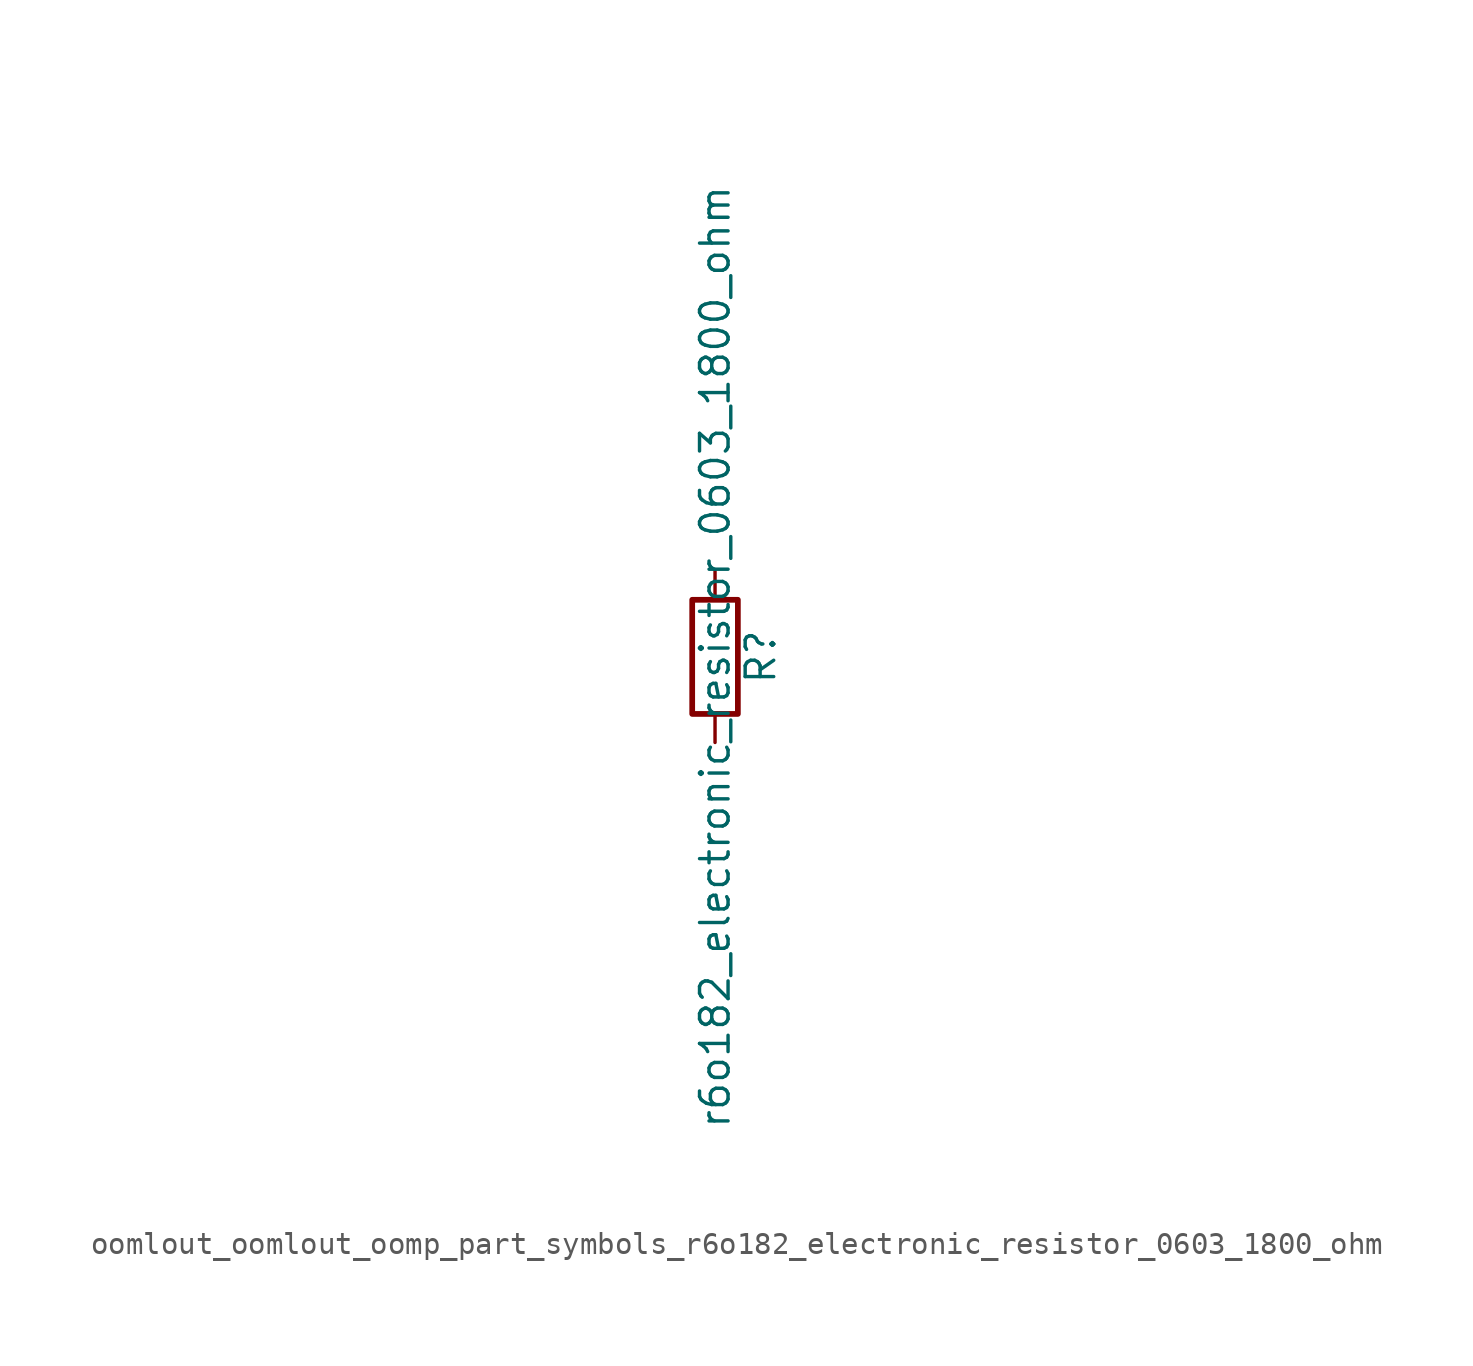
<source format=kicad_sym>
(kicad_symbol_lib
  (version 20220914)
  (generator kicad_symbol_editor)
  (symbol "oomlout_oomlout_oomp_part_symbols_r6o182_electronic_resistor_0603_1800_ohm"
    (pin_numbers hide)
    (pin_names
      (offset 0))
    (property "Reference" "R"
      (at 2.032 0 90)
      (effects (font (size 1.27 1.27))))
    (property "Value" "r6o182_electronic_resistor_0603_1800_ohm"
      (at 0 0 90)
      (effects (font (size 1.27 1.27))))
    (symbol "oomlout_oomlout_oomp_part_symbols_r6o182_electronic_resistor_0603_1800_ohm_0_1"
      (rectangle (start -1.016 -2.54) (end 1.016 2.54) (stroke (width 0.254) (type default)) (fill (type none))))
    (symbol "oomlout_oomlout_oomp_part_symbols_r6o182_electronic_resistor_0603_1800_ohm_1_1"
      (pin passive line (at 0 3.81 270) (length 1.27) (name "~" (effects (font (size 1.27 1.27)))) (number "1" (effects (font (size 1.27 1.27)))))
      (pin passive line (at 0 -3.81 90) (length 1.27) (name "~" (effects (font (size 1.27 1.27)))) (number "2" (effects (font (size 1.27 1.27))))))))
</source>
